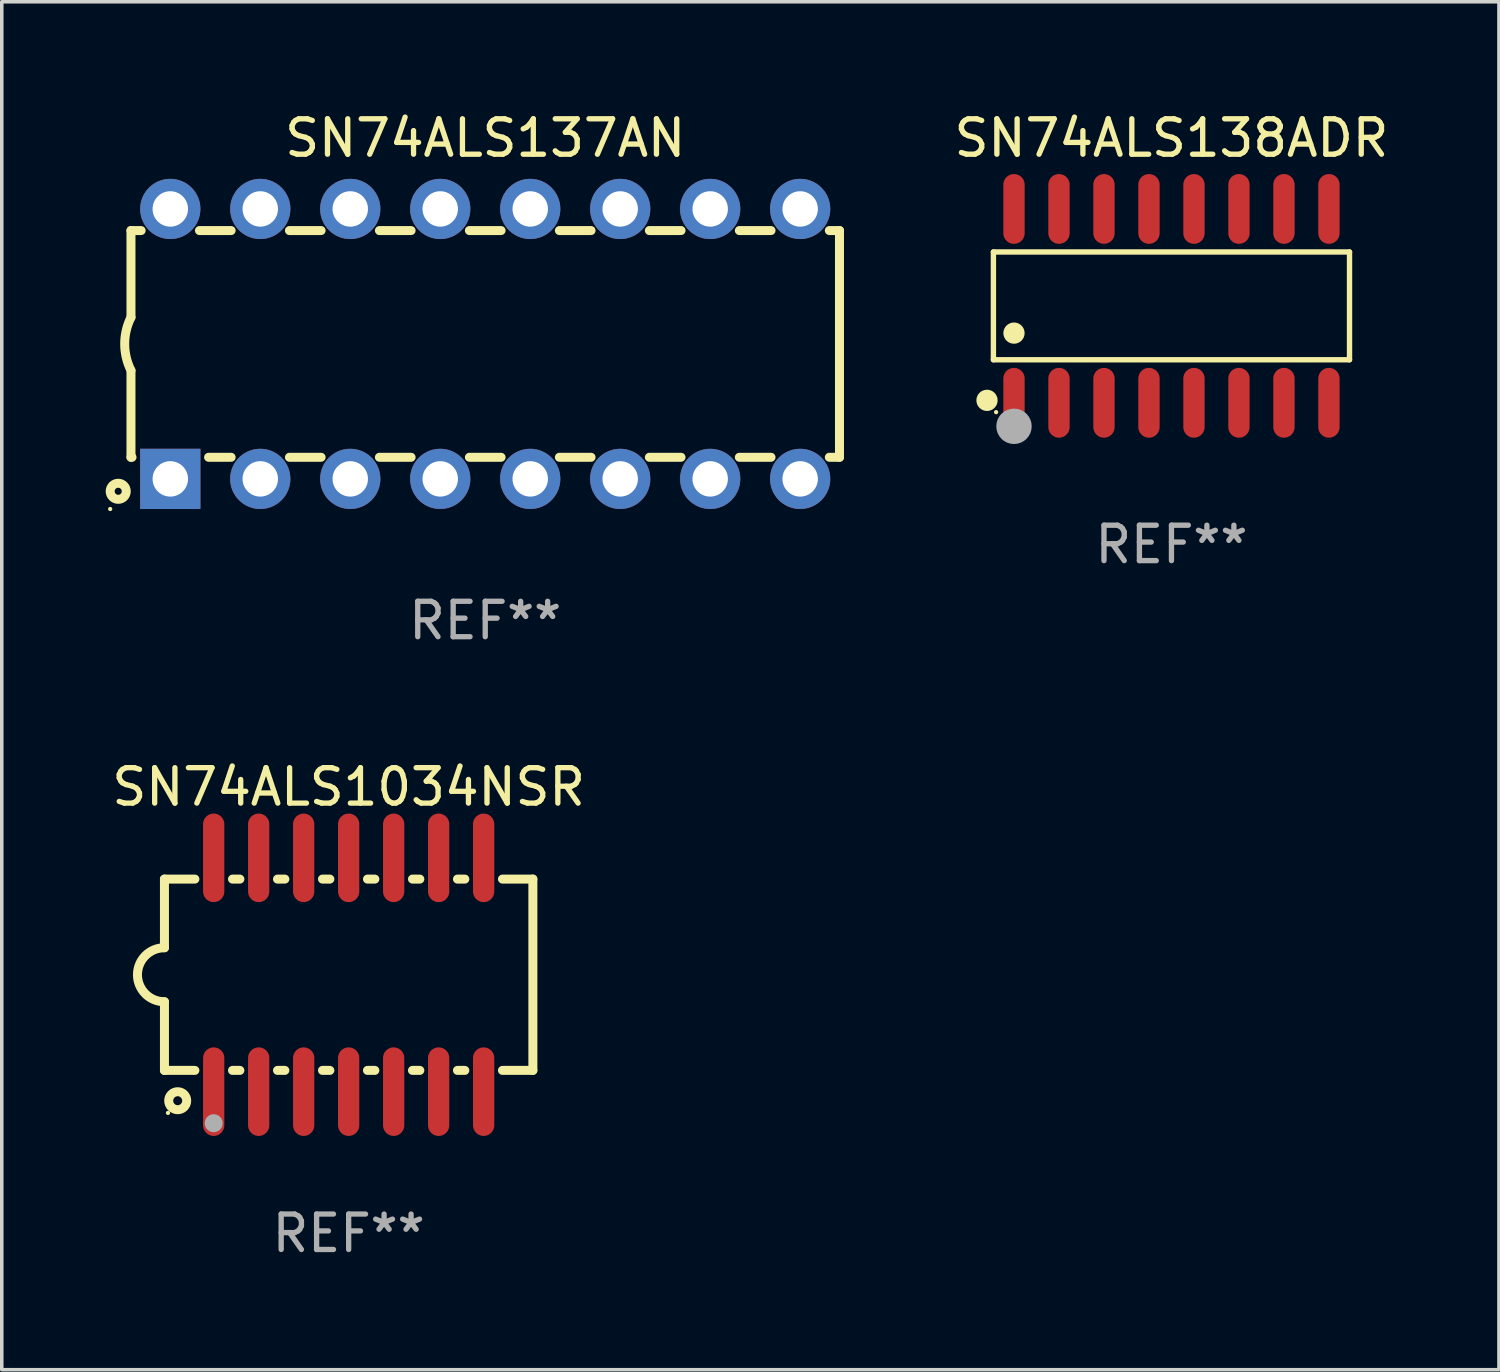
<source format=kicad_pcb>
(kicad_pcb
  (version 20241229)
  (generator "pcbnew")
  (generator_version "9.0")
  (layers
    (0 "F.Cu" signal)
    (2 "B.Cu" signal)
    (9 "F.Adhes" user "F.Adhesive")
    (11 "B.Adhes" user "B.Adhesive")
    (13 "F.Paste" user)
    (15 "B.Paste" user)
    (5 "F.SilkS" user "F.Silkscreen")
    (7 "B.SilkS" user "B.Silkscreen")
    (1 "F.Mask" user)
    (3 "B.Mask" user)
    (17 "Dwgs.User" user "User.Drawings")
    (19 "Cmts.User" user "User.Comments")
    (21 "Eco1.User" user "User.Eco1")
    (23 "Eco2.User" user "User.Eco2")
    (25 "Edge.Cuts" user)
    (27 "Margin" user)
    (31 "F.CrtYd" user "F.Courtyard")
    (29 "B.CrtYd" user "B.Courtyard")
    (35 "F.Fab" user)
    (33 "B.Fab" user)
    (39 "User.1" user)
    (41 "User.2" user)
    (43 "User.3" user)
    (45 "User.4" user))
  (footprint "SN74ALS138ADR"
    (layer "F.Cu")
    (at 30.018 5.584)
    (property "Reference" "SN74ALS138ADR" (at 0 -4.736 0) (layer "F.SilkS") (effects (font (size 1 1) (thickness 0.15))))
    (attr through_hole)
    (fp_line (start -5.026 -1.521) (end 5.026 -1.521) (stroke (width 0.152) (type solid)) (layer "F.SilkS"))
    (fp_line (start -5.026 1.521) (end -5.026 -1.521) (stroke (width 0.152) (type solid)) (layer "F.SilkS"))
    (fp_line (start 5.026 -1.521) (end 5.026 1.521) (stroke (width 0.152) (type solid)) (layer "F.SilkS"))
    (fp_line (start 5.026 1.521) (end -5.026 1.521) (stroke (width 0.152) (type solid)) (layer "F.SilkS"))
    (fp_circle (center -5.207 2.667) (end -5.057 2.667) (stroke (width 0.3) (type solid)) (fill no) (layer "F.SilkS"))
    (fp_circle (center -4.95 3) (end -4.92 3) (stroke (width 0.06) (type solid)) (fill no) (layer "F.SilkS"))
    (fp_circle (center -4.445 0.769) (end -4.295 0.769) (stroke (width 0.3) (type solid)) (fill no) (layer "F.SilkS"))
    (fp_circle (center -4.445 3.4) (end -4.195 3.4) (stroke (width 0.5) (type solid)) (fill no) (layer "F.Fab"))
    (fp_text user "REF**" (at 0 6.736 0) (layer "F.Fab") (effects (font (size 1 1) (thickness 0.15))))
    (pad "1" smd oval (at -4.445 2.736) (size 0.602 1.971) (layers "F.Cu" "F.Mask" "F.Paste"))
    (pad "2" smd oval (at -3.175 2.736) (size 0.602 1.971) (layers "F.Cu" "F.Mask" "F.Paste"))
    (pad "3" smd oval (at -1.905 2.736) (size 0.602 1.971) (layers "F.Cu" "F.Mask" "F.Paste"))
    (pad "4" smd oval (at -0.635 2.736) (size 0.602 1.971) (layers "F.Cu" "F.Mask" "F.Paste"))
    (pad "5" smd oval (at 0.635 2.736) (size 0.602 1.971) (layers "F.Cu" "F.Mask" "F.Paste"))
    (pad "6" smd oval (at 1.905 2.736) (size 0.602 1.971) (layers "F.Cu" "F.Mask" "F.Paste"))
    (pad "7" smd oval (at 3.175 2.736) (size 0.602 1.971) (layers "F.Cu" "F.Mask" "F.Paste"))
    (pad "8" smd oval (at 4.445 2.736) (size 0.602 1.971) (layers "F.Cu" "F.Mask" "F.Paste"))
    (pad "9" smd oval (at 4.445 -2.736) (size 0.602 1.971) (layers "F.Cu" "F.Mask" "F.Paste"))
    (pad "10" smd oval (at 3.175 -2.736) (size 0.602 1.971) (layers "F.Cu" "F.Mask" "F.Paste"))
    (pad "11" smd oval (at 1.905 -2.736) (size 0.602 1.971) (layers "F.Cu" "F.Mask" "F.Paste"))
    (pad "12" smd oval (at 0.635 -2.736) (size 0.602 1.971) (layers "F.Cu" "F.Mask" "F.Paste"))
    (pad "13" smd oval (at -0.635 -2.736) (size 0.602 1.971) (layers "F.Cu" "F.Mask" "F.Paste"))
    (pad "14" smd oval (at -1.905 -2.736) (size 0.602 1.971) (layers "F.Cu" "F.Mask" "F.Paste"))
    (pad "15" smd oval (at -3.175 -2.736) (size 0.602 1.971) (layers "F.Cu" "F.Mask" "F.Paste"))
    (pad "16" smd oval (at -4.445 -2.736) (size 0.602 1.971) (layers "F.Cu" "F.Mask" "F.Paste")))
  (footprint "SN74ALS1034NSR"
    (layer "F.Cu")
    (at 6.792 24.465)
    (property "Reference" "SN74ALS1034NSR" (at 0 -5.3 0) (layer "F.SilkS") (effects (font (size 1 1) (thickness 0.15))))
    (attr through_hole)
    (fp_line (start -5.2 -2.7) (end -5.2 -0.762) (stroke (width 0.254) (type solid)) (layer "F.SilkS"))
    (fp_line (start -5.2 -2.7) (end -4.341 -2.7) (stroke (width 0.254) (type solid)) (layer "F.SilkS"))
    (fp_line (start -5.2 2.7) (end -5.2 0.762) (stroke (width 0.254) (type solid)) (layer "F.SilkS"))
    (fp_line (start -4.341 2.7) (end -5.2 2.7) (stroke (width 0.254) (type solid)) (layer "F.SilkS"))
    (fp_line (start -3.279 -2.7) (end -3.071 -2.7) (stroke (width 0.254) (type solid)) (layer "F.SilkS"))
    (fp_line (start -3.071 2.7) (end -3.279 2.7) (stroke (width 0.254) (type solid)) (layer "F.SilkS"))
    (fp_line (start -2.009 -2.7) (end -1.801 -2.7) (stroke (width 0.254) (type solid)) (layer "F.SilkS"))
    (fp_line (start -1.801 2.7) (end -2.009 2.7) (stroke (width 0.254) (type solid)) (layer "F.SilkS"))
    (fp_line (start -0.739 -2.7) (end -0.531 -2.7) (stroke (width 0.254) (type solid)) (layer "F.SilkS"))
    (fp_line (start -0.531 2.7) (end -0.739 2.7) (stroke (width 0.254) (type solid)) (layer "F.SilkS"))
    (fp_line (start 0.531 -2.7) (end 0.739 -2.7) (stroke (width 0.254) (type solid)) (layer "F.SilkS"))
    (fp_line (start 0.739 2.7) (end 0.531 2.7) (stroke (width 0.254) (type solid)) (layer "F.SilkS"))
    (fp_line (start 1.801 -2.7) (end 2.009 -2.7) (stroke (width 0.254) (type solid)) (layer "F.SilkS"))
    (fp_line (start 2.009 2.7) (end 1.801 2.7) (stroke (width 0.254) (type solid)) (layer "F.SilkS"))
    (fp_line (start 3.071 -2.7) (end 3.279 -2.7) (stroke (width 0.254) (type solid)) (layer "F.SilkS"))
    (fp_line (start 3.279 2.7) (end 3.071 2.7) (stroke (width 0.254) (type solid)) (layer "F.SilkS"))
    (fp_line (start 4.341 -2.7) (end 5.2 -2.7) (stroke (width 0.254) (type solid)) (layer "F.SilkS"))
    (fp_line (start 5.2 2.7) (end 4.341 2.7) (stroke (width 0.254) (type solid)) (layer "F.SilkS"))
    (fp_line (start 5.2 2.7) (end 5.2 -2.7) (stroke (width 0.254) (type solid)) (layer "F.SilkS"))
    (fp_arc (start -5.2 0.762002) (mid -5.961393 -0.000305) (end -5.199391 -0.762002) (stroke (width 0.254001) (type solid)) (layer "F.SilkS"))
    (fp_circle (center -5.1 3.9) (end -5.07 3.9) (stroke (width 0.06) (type solid)) (fill no) (layer "F.SilkS"))
    (fp_circle (center -4.826 3.556) (end -4.572 3.556) (stroke (width 0.254) (type solid)) (fill no) (layer "F.SilkS"))
    (fp_circle (center -3.81 4.191) (end -3.683 4.191) (stroke (width 0.254) (type solid)) (fill no) (layer "F.Fab"))
    (fp_text user "REF**" (at 0 7.3 0) (layer "F.Fab") (effects (font (size 1 1) (thickness 0.15))))
    (pad "1" smd oval (at -3.81 3.3) (size 0.6 2.5) (layers "F.Cu" "F.Mask" "F.Paste"))
    (pad "2" smd oval (at -2.54 3.3) (size 0.6 2.5) (layers "F.Cu" "F.Mask" "F.Paste"))
    (pad "3" smd oval (at -1.27 3.3) (size 0.6 2.5) (layers "F.Cu" "F.Mask" "F.Paste"))
    (pad "4" smd oval (at 0 3.3) (size 0.6 2.5) (layers "F.Cu" "F.Mask" "F.Paste"))
    (pad "5" smd oval (at 1.27 3.3) (size 0.6 2.5) (layers "F.Cu" "F.Mask" "F.Paste"))
    (pad "6" smd oval (at 2.54 3.3) (size 0.6 2.5) (layers "F.Cu" "F.Mask" "F.Paste"))
    (pad "7" smd oval (at 3.81 3.3) (size 0.6 2.5) (layers "F.Cu" "F.Mask" "F.Paste"))
    (pad "8" smd oval (at 3.81 -3.3) (size 0.6 2.5) (layers "F.Cu" "F.Mask" "F.Paste"))
    (pad "9" smd oval (at 2.54 -3.3) (size 0.6 2.5) (layers "F.Cu" "F.Mask" "F.Paste"))
    (pad "10" smd oval (at 1.27 -3.3) (size 0.6 2.5) (layers "F.Cu" "F.Mask" "F.Paste"))
    (pad "11" smd oval (at 0 -3.3) (size 0.6 2.5) (layers "F.Cu" "F.Mask" "F.Paste"))
    (pad "12" smd oval (at -1.27 -3.3) (size 0.6 2.5) (layers "F.Cu" "F.Mask" "F.Paste"))
    (pad "13" smd oval (at -2.54 -3.3) (size 0.6 2.5) (layers "F.Cu" "F.Mask" "F.Paste"))
    (pad "14" smd oval (at -3.81 -3.3) (size 0.6 2.5) (layers "F.Cu" "F.Mask" "F.Paste")))
  (footprint "SN74ALS137AN"
    (layer "F.Cu")
    (at 10.647 6.658)
    (property "Reference" "SN74ALS137AN" (at 0 -5.81 0) (layer "F.SilkS") (effects (font (size 1 1) (thickness 0.15))))
    (attr through_hole)
    (fp_line (start -10 -3.2) (end -10 -0.75) (stroke (width 0.254) (type solid)) (layer "F.SilkS"))
    (fp_line (start -10 -3.2) (end -9.713 -3.2) (stroke (width 0.254) (type solid)) (layer "F.SilkS"))
    (fp_line (start -10 3.2) (end -10 0.75) (stroke (width 0.254) (type solid)) (layer "F.SilkS"))
    (fp_line (start -10 3.2) (end -9.971 3.2) (stroke (width 0.254) (type solid)) (layer "F.SilkS"))
    (fp_line (start -8.067 -3.2) (end -7.173 -3.2) (stroke (width 0.254) (type solid)) (layer "F.SilkS"))
    (fp_line (start -7.809 3.2) (end -7.173 3.2) (stroke (width 0.254) (type solid)) (layer "F.SilkS"))
    (fp_line (start -5.527 3.2) (end -4.633 3.2) (stroke (width 0.254) (type solid)) (layer "F.SilkS"))
    (fp_line (start -5.527 -3.2) (end -4.633 -3.2) (stroke (width 0.254) (type solid)) (layer "F.SilkS"))
    (fp_line (start -2.987 3.2) (end -2.093 3.2) (stroke (width 0.254) (type solid)) (layer "F.SilkS"))
    (fp_line (start -2.987 -3.2) (end -2.093 -3.2) (stroke (width 0.254) (type solid)) (layer "F.SilkS"))
    (fp_line (start -0.447 3.2) (end 0.447 3.2) (stroke (width 0.254) (type solid)) (layer "F.SilkS"))
    (fp_line (start -0.447 -3.2) (end 0.447 -3.2) (stroke (width 0.254) (type solid)) (layer "F.SilkS"))
    (fp_line (start 2.093 3.2) (end 2.987 3.2) (stroke (width 0.254) (type solid)) (layer "F.SilkS"))
    (fp_line (start 2.093 -3.2) (end 2.987 -3.2) (stroke (width 0.254) (type solid)) (layer "F.SilkS"))
    (fp_line (start 4.633 3.2) (end 5.527 3.2) (stroke (width 0.254) (type solid)) (layer "F.SilkS"))
    (fp_line (start 4.633 -3.2) (end 5.527 -3.2) (stroke (width 0.254) (type solid)) (layer "F.SilkS"))
    (fp_line (start 7.173 3.2) (end 8.067 3.2) (stroke (width 0.254) (type solid)) (layer "F.SilkS"))
    (fp_line (start 7.173 -3.2) (end 8.067 -3.2) (stroke (width 0.254) (type solid)) (layer "F.SilkS"))
    (fp_line (start 9.713 3.2) (end 10 3.2) (stroke (width 0.254) (type solid)) (layer "F.SilkS"))
    (fp_line (start 9.713 -3.2) (end 10 -3.2) (stroke (width 0.254) (type solid)) (layer "F.SilkS"))
    (fp_line (start 10 -3.2) (end 10 3.2) (stroke (width 0.254) (type solid)) (layer "F.SilkS"))
    (fp_arc (start -10 0.748793) (mid -10.176918 -0.000607) (end -10.000025 -0.750013) (stroke (width 0.254001) (type solid)) (layer "F.SilkS"))
    (fp_circle (center -10.587 4.66) (end -10.557 4.66) (stroke (width 0.06) (type solid)) (fill no) (layer "F.SilkS"))
    (fp_circle (center -10.36 4.16) (end -10.26 4.16) (stroke (width 0.254) (type solid)) (fill no) (layer "F.SilkS"))
    (fp_text user "REF**" (at 0 7.81 0) (layer "F.Fab") (effects (font (size 1 1) (thickness 0.15))))
    (pad "1" thru_hole rect (at -8.89 3.81 90) (size 1.7 1.7) (drill 1) (layers "*.Cu" "*.Mask"))
    (pad "2" thru_hole circle (at -6.35 3.81) (size 1.7 1.7) (drill 1) (layers "*.Cu" "*.Mask"))
    (pad "3" thru_hole circle (at -3.81 3.81) (size 1.7 1.7) (drill 1) (layers "*.Cu" "*.Mask"))
    (pad "4" thru_hole circle (at -1.27 3.81) (size 1.7 1.7) (drill 1) (layers "*.Cu" "*.Mask"))
    (pad "5" thru_hole circle (at 1.27 3.81) (size 1.7 1.7) (drill 1) (layers "*.Cu" "*.Mask"))
    (pad "6" thru_hole circle (at 3.81 3.81) (size 1.7 1.7) (drill 1) (layers "*.Cu" "*.Mask"))
    (pad "7" thru_hole circle (at 6.35 3.81) (size 1.7 1.7) (drill 1) (layers "*.Cu" "*.Mask"))
    (pad "8" thru_hole circle (at 8.89 3.81) (size 1.7 1.7) (drill 1) (layers "*.Cu" "*.Mask"))
    (pad "9" thru_hole circle (at 8.89 -3.81) (size 1.7 1.7) (drill 1) (layers "*.Cu" "*.Mask"))
    (pad "10" thru_hole circle (at 6.35 -3.81) (size 1.7 1.7) (drill 1) (layers "*.Cu" "*.Mask"))
    (pad "11" thru_hole circle (at 3.81 -3.81) (size 1.7 1.7) (drill 1) (layers "*.Cu" "*.Mask"))
    (pad "12" thru_hole circle (at 1.27 -3.81) (size 1.7 1.7) (drill 1) (layers "*.Cu" "*.Mask"))
    (pad "13" thru_hole circle (at -1.27 -3.81) (size 1.7 1.7) (drill 1) (layers "*.Cu" "*.Mask"))
    (pad "14" thru_hole circle (at -3.81 -3.81) (size 1.7 1.7) (drill 1) (layers "*.Cu" "*.Mask"))
    (pad "15" thru_hole circle (at -6.35 -3.81) (size 1.7 1.7) (drill 1) (layers "*.Cu" "*.Mask"))
    (pad "16" thru_hole circle (at -8.89 -3.81) (size 1.7 1.7) (drill 1) (layers "*.Cu" "*.Mask")))
  (gr_rect
    (start -3 -3)
    (end 39.262 35.613)
    (stroke (width 0.1) (type default))
    (fill no)
    (layer "Edge.Cuts")))
</source>
